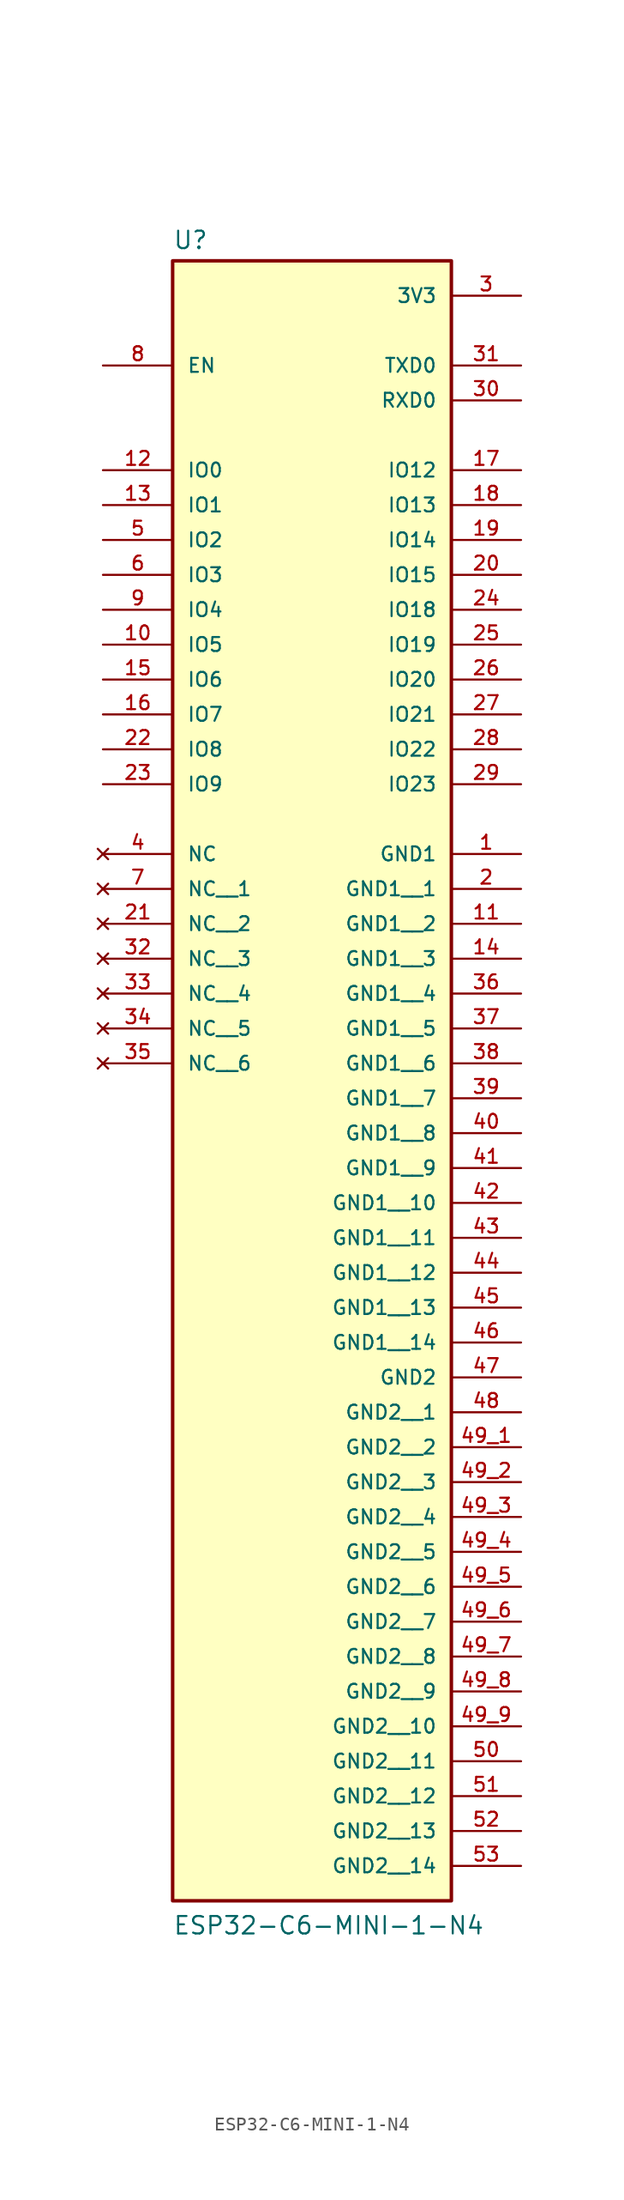
<source format=kicad_sym>
(kicad_symbol_lib
  (version 20231120)
  (generator "kicad_symbol_editor")
  (generator_version "8.0")
  (symbol "ESP32-C6-MINI-1-N4"
    (pin_names
      (offset 1.016))
    (property "Reference" "U"
      (at -10.16 23.622 0)
      (effects (font (size 1.27 1.27)) (justify left bottom)))
    (property "Value" "ESP32-C6-MINI-1-N4"
      (at -10.16 -99.06 0)
      (effects (font (size 1.27 1.27)) (justify left bottom)))
    (symbol "ESP32-C6-MINI-1-N4_0_0"
      (rectangle (start -10.16 -96.52) (end 10.16 22.86) (stroke (width 0.254) (type default)) (fill (type background)))
      (pin power_in line (at 15.24 -20.32 180) (length 5.08) (name "GND1" (effects (font (size 1.016 1.016)))) (number "1" (effects (font (size 1.016 1.016)))))
      (pin bidirectional line (at -15.24 -5.08 0) (length 5.08) (name "IO5" (effects (font (size 1.016 1.016)))) (number "10" (effects (font (size 1.016 1.016)))))
      (pin power_in line (at 15.24 -25.4 180) (length 5.08) (name "GND1__2" (effects (font (size 1.016 1.016)))) (number "11" (effects (font (size 1.016 1.016)))))
      (pin bidirectional line (at -15.24 7.62 0) (length 5.08) (name "IO0" (effects (font (size 1.016 1.016)))) (number "12" (effects (font (size 1.016 1.016)))))
      (pin bidirectional line (at -15.24 5.08 0) (length 5.08) (name "IO1" (effects (font (size 1.016 1.016)))) (number "13" (effects (font (size 1.016 1.016)))))
      (pin power_in line (at 15.24 -27.94 180) (length 5.08) (name "GND1__3" (effects (font (size 1.016 1.016)))) (number "14" (effects (font (size 1.016 1.016)))))
      (pin bidirectional line (at -15.24 -7.62 0) (length 5.08) (name "IO6" (effects (font (size 1.016 1.016)))) (number "15" (effects (font (size 1.016 1.016)))))
      (pin bidirectional line (at -15.24 -10.16 0) (length 5.08) (name "IO7" (effects (font (size 1.016 1.016)))) (number "16" (effects (font (size 1.016 1.016)))))
      (pin bidirectional line (at 15.24 7.62 180) (length 5.08) (name "IO12" (effects (font (size 1.016 1.016)))) (number "17" (effects (font (size 1.016 1.016)))))
      (pin bidirectional line (at 15.24 5.08 180) (length 5.08) (name "IO13" (effects (font (size 1.016 1.016)))) (number "18" (effects (font (size 1.016 1.016)))))
      (pin bidirectional line (at 15.24 2.54 180) (length 5.08) (name "IO14" (effects (font (size 1.016 1.016)))) (number "19" (effects (font (size 1.016 1.016)))))
      (pin power_in line (at 15.24 -22.86 180) (length 5.08) (name "GND1__1" (effects (font (size 1.016 1.016)))) (number "2" (effects (font (size 1.016 1.016)))))
      (pin bidirectional line (at 15.24 0 180) (length 5.08) (name "IO15" (effects (font (size 1.016 1.016)))) (number "20" (effects (font (size 1.016 1.016)))))
      (pin no_connect line (at -15.24 -25.4 0) (length 5.08) (name "NC__2" (effects (font (size 1.016 1.016)))) (number "21" (effects (font (size 1.016 1.016)))))
      (pin bidirectional line (at -15.24 -12.7 0) (length 5.08) (name "IO8" (effects (font (size 1.016 1.016)))) (number "22" (effects (font (size 1.016 1.016)))))
      (pin bidirectional line (at -15.24 -15.24 0) (length 5.08) (name "IO9" (effects (font (size 1.016 1.016)))) (number "23" (effects (font (size 1.016 1.016)))))
      (pin bidirectional line (at 15.24 -2.54 180) (length 5.08) (name "IO18" (effects (font (size 1.016 1.016)))) (number "24" (effects (font (size 1.016 1.016)))))
      (pin bidirectional line (at 15.24 -5.08 180) (length 5.08) (name "IO19" (effects (font (size 1.016 1.016)))) (number "25" (effects (font (size 1.016 1.016)))))
      (pin bidirectional line (at 15.24 -7.62 180) (length 5.08) (name "IO20" (effects (font (size 1.016 1.016)))) (number "26" (effects (font (size 1.016 1.016)))))
      (pin bidirectional line (at 15.24 -10.16 180) (length 5.08) (name "IO21" (effects (font (size 1.016 1.016)))) (number "27" (effects (font (size 1.016 1.016)))))
      (pin bidirectional line (at 15.24 -12.7 180) (length 5.08) (name "IO22" (effects (font (size 1.016 1.016)))) (number "28" (effects (font (size 1.016 1.016)))))
      (pin bidirectional line (at 15.24 -15.24 180) (length 5.08) (name "IO23" (effects (font (size 1.016 1.016)))) (number "29" (effects (font (size 1.016 1.016)))))
      (pin power_in line (at 15.24 20.32 180) (length 5.08) (name "3V3" (effects (font (size 1.016 1.016)))) (number "3" (effects (font (size 1.016 1.016)))))
      (pin bidirectional line (at 15.24 12.7 180) (length 5.08) (name "RXD0" (effects (font (size 1.016 1.016)))) (number "30" (effects (font (size 1.016 1.016)))))
      (pin bidirectional line (at 15.24 15.24 180) (length 5.08) (name "TXD0" (effects (font (size 1.016 1.016)))) (number "31" (effects (font (size 1.016 1.016)))))
      (pin no_connect line (at -15.24 -27.94 0) (length 5.08) (name "NC__3" (effects (font (size 1.016 1.016)))) (number "32" (effects (font (size 1.016 1.016)))))
      (pin no_connect line (at -15.24 -30.48 0) (length 5.08) (name "NC__4" (effects (font (size 1.016 1.016)))) (number "33" (effects (font (size 1.016 1.016)))))
      (pin no_connect line (at -15.24 -33.02 0) (length 5.08) (name "NC__5" (effects (font (size 1.016 1.016)))) (number "34" (effects (font (size 1.016 1.016)))))
      (pin no_connect line (at -15.24 -35.56 0) (length 5.08) (name "NC__6" (effects (font (size 1.016 1.016)))) (number "35" (effects (font (size 1.016 1.016)))))
      (pin power_in line (at 15.24 -30.48 180) (length 5.08) (name "GND1__4" (effects (font (size 1.016 1.016)))) (number "36" (effects (font (size 1.016 1.016)))))
      (pin power_in line (at 15.24 -33.02 180) (length 5.08) (name "GND1__5" (effects (font (size 1.016 1.016)))) (number "37" (effects (font (size 1.016 1.016)))))
      (pin power_in line (at 15.24 -35.56 180) (length 5.08) (name "GND1__6" (effects (font (size 1.016 1.016)))) (number "38" (effects (font (size 1.016 1.016)))))
      (pin power_in line (at 15.24 -38.1 180) (length 5.08) (name "GND1__7" (effects (font (size 1.016 1.016)))) (number "39" (effects (font (size 1.016 1.016)))))
      (pin no_connect line (at -15.24 -20.32 0) (length 5.08) (name "NC" (effects (font (size 1.016 1.016)))) (number "4" (effects (font (size 1.016 1.016)))))
      (pin power_in line (at 15.24 -40.64 180) (length 5.08) (name "GND1__8" (effects (font (size 1.016 1.016)))) (number "40" (effects (font (size 1.016 1.016)))))
      (pin power_in line (at 15.24 -43.18 180) (length 5.08) (name "GND1__9" (effects (font (size 1.016 1.016)))) (number "41" (effects (font (size 1.016 1.016)))))
      (pin power_in line (at 15.24 -45.72 180) (length 5.08) (name "GND1__10" (effects (font (size 1.016 1.016)))) (number "42" (effects (font (size 1.016 1.016)))))
      (pin power_in line (at 15.24 -48.26 180) (length 5.08) (name "GND1__11" (effects (font (size 1.016 1.016)))) (number "43" (effects (font (size 1.016 1.016)))))
      (pin power_in line (at 15.24 -50.8 180) (length 5.08) (name "GND1__12" (effects (font (size 1.016 1.016)))) (number "44" (effects (font (size 1.016 1.016)))))
      (pin power_in line (at 15.24 -53.34 180) (length 5.08) (name "GND1__13" (effects (font (size 1.016 1.016)))) (number "45" (effects (font (size 1.016 1.016)))))
      (pin power_in line (at 15.24 -55.88 180) (length 5.08) (name "GND1__14" (effects (font (size 1.016 1.016)))) (number "46" (effects (font (size 1.016 1.016)))))
      (pin power_in line (at 15.24 -58.42 180) (length 5.08) (name "GND2" (effects (font (size 1.016 1.016)))) (number "47" (effects (font (size 1.016 1.016)))))
      (pin power_in line (at 15.24 -60.96 180) (length 5.08) (name "GND2__1" (effects (font (size 1.016 1.016)))) (number "48" (effects (font (size 1.016 1.016)))))
      (pin power_in line (at 15.24 -63.5 180) (length 5.08) (name "GND2__2" (effects (font (size 1.016 1.016)))) (number "49_1" (effects (font (size 1.016 1.016)))))
      (pin power_in line (at 15.24 -66.04 180) (length 5.08) (name "GND2__3" (effects (font (size 1.016 1.016)))) (number "49_2" (effects (font (size 1.016 1.016)))))
      (pin power_in line (at 15.24 -68.58 180) (length 5.08) (name "GND2__4" (effects (font (size 1.016 1.016)))) (number "49_3" (effects (font (size 1.016 1.016)))))
      (pin power_in line (at 15.24 -71.12 180) (length 5.08) (name "GND2__5" (effects (font (size 1.016 1.016)))) (number "49_4" (effects (font (size 1.016 1.016)))))
      (pin power_in line (at 15.24 -73.66 180) (length 5.08) (name "GND2__6" (effects (font (size 1.016 1.016)))) (number "49_5" (effects (font (size 1.016 1.016)))))
      (pin power_in line (at 15.24 -76.2 180) (length 5.08) (name "GND2__7" (effects (font (size 1.016 1.016)))) (number "49_6" (effects (font (size 1.016 1.016)))))
      (pin power_in line (at 15.24 -78.74 180) (length 5.08) (name "GND2__8" (effects (font (size 1.016 1.016)))) (number "49_7" (effects (font (size 1.016 1.016)))))
      (pin power_in line (at 15.24 -81.28 180) (length 5.08) (name "GND2__9" (effects (font (size 1.016 1.016)))) (number "49_8" (effects (font (size 1.016 1.016)))))
      (pin power_in line (at 15.24 -83.82 180) (length 5.08) (name "GND2__10" (effects (font (size 1.016 1.016)))) (number "49_9" (effects (font (size 1.016 1.016)))))
      (pin bidirectional line (at -15.24 2.54 0) (length 5.08) (name "IO2" (effects (font (size 1.016 1.016)))) (number "5" (effects (font (size 1.016 1.016)))))
      (pin power_in line (at 15.24 -86.36 180) (length 5.08) (name "GND2__11" (effects (font (size 1.016 1.016)))) (number "50" (effects (font (size 1.016 1.016)))))
      (pin power_in line (at 15.24 -88.9 180) (length 5.08) (name "GND2__12" (effects (font (size 1.016 1.016)))) (number "51" (effects (font (size 1.016 1.016)))))
      (pin power_in line (at 15.24 -91.44 180) (length 5.08) (name "GND2__13" (effects (font (size 1.016 1.016)))) (number "52" (effects (font (size 1.016 1.016)))))
      (pin power_in line (at 15.24 -93.98 180) (length 5.08) (name "GND2__14" (effects (font (size 1.016 1.016)))) (number "53" (effects (font (size 1.016 1.016)))))
      (pin bidirectional line (at -15.24 0 0) (length 5.08) (name "IO3" (effects (font (size 1.016 1.016)))) (number "6" (effects (font (size 1.016 1.016)))))
      (pin no_connect line (at -15.24 -22.86 0) (length 5.08) (name "NC__1" (effects (font (size 1.016 1.016)))) (number "7" (effects (font (size 1.016 1.016)))))
      (pin input line (at -15.24 15.24 0) (length 5.08) (name "EN" (effects (font (size 1.016 1.016)))) (number "8" (effects (font (size 1.016 1.016)))))
      (pin bidirectional line (at -15.24 -2.54 0) (length 5.08) (name "IO4" (effects (font (size 1.016 1.016)))) (number "9" (effects (font (size 1.016 1.016))))))))
</source>
